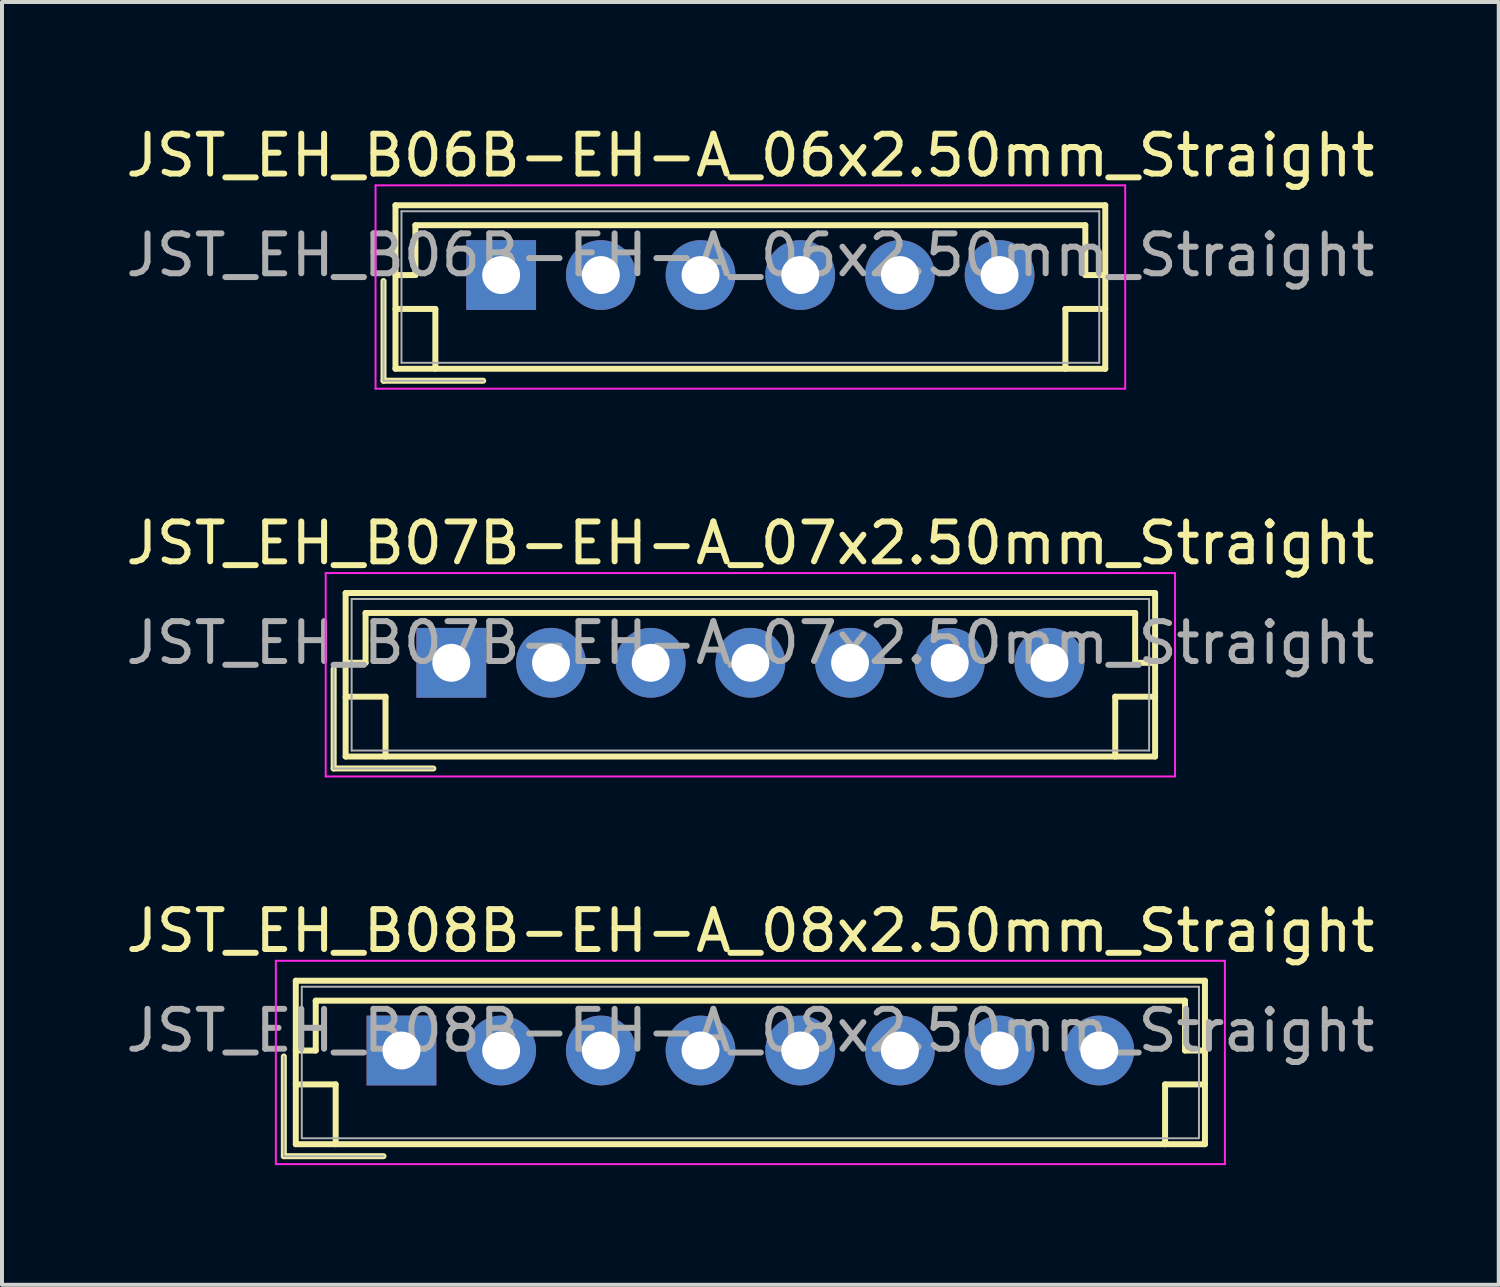
<source format=kicad_pcb>
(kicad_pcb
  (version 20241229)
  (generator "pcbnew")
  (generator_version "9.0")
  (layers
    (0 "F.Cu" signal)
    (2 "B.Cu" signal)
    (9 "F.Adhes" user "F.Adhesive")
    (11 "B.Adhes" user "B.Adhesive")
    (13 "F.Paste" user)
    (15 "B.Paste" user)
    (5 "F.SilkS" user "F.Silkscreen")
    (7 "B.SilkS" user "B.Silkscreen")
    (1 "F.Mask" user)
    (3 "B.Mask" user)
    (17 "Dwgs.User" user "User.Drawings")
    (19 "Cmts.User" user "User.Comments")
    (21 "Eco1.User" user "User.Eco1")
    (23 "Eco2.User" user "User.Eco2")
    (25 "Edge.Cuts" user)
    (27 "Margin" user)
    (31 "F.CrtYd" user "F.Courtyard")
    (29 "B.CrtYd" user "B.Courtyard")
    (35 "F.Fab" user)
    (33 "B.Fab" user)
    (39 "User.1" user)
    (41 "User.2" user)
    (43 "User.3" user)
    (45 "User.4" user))
  (footprint "JST_EH_B07B-EH-A_07x2.50mm_Straight"
    (layer "F.Cu")
    (at 8.268 13.572)
    (property "Reference" "JST_EH_B07B-EH-A_07x2.50mm_Straight" (at 7.5 -0.5 0) (layer "F.Fab") (effects (font (size 1 1) (thickness 0.15))))
    (attr through_hole)
    (fp_line (start -2.95 0.15) (end -2.95 2.65) (stroke (width 0.15) (type solid)) (layer "F.SilkS"))
    (fp_line (start -2.95 2.65) (end -0.45 2.65) (stroke (width 0.15) (type solid)) (layer "F.SilkS"))
    (fp_line (start -2.65 -1.75) (end -2.65 2.35) (stroke (width 0.15) (type solid)) (layer "F.SilkS"))
    (fp_line (start -2.65 0) (end -2.15 0) (stroke (width 0.15) (type solid)) (layer "F.SilkS"))
    (fp_line (start -2.65 0.85) (end -1.65 0.85) (stroke (width 0.15) (type solid)) (layer "F.SilkS"))
    (fp_line (start -2.65 2.35) (end 17.65 2.35) (stroke (width 0.15) (type solid)) (layer "F.SilkS"))
    (fp_line (start -2.15 -1.25) (end 17.15 -1.25) (stroke (width 0.15) (type solid)) (layer "F.SilkS"))
    (fp_line (start -2.15 0) (end -2.15 -1.25) (stroke (width 0.15) (type solid)) (layer "F.SilkS"))
    (fp_line (start -1.65 0.85) (end -1.65 2.35) (stroke (width 0.15) (type solid)) (layer "F.SilkS"))
    (fp_line (start 16.65 0.85) (end 16.65 2.35) (stroke (width 0.15) (type solid)) (layer "F.SilkS"))
    (fp_line (start 17.15 -1.25) (end 17.15 0) (stroke (width 0.15) (type solid)) (layer "F.SilkS"))
    (fp_line (start 17.15 0) (end 17.65 0) (stroke (width 0.15) (type solid)) (layer "F.SilkS"))
    (fp_line (start 17.65 -1.75) (end -2.65 -1.75) (stroke (width 0.15) (type solid)) (layer "F.SilkS"))
    (fp_line (start 17.65 0.85) (end 16.65 0.85) (stroke (width 0.15) (type solid)) (layer "F.SilkS"))
    (fp_line (start 17.65 2.35) (end 17.65 -1.75) (stroke (width 0.15) (type solid)) (layer "F.SilkS"))
    (fp_line (start -3.15 -2.25) (end -3.15 2.85) (stroke (width 0.05) (type solid)) (layer "F.CrtYd"))
    (fp_line (start -3.15 2.85) (end 18.15 2.85) (stroke (width 0.05) (type solid)) (layer "F.CrtYd"))
    (fp_line (start 18.15 -2.25) (end -3.15 -2.25) (stroke (width 0.05) (type solid)) (layer "F.CrtYd"))
    (fp_line (start 18.15 2.85) (end 18.15 -2.25) (stroke (width 0.05) (type solid)) (layer "F.CrtYd"))
    (fp_line (start -2.95 0.15) (end -2.95 2.65) (stroke (width 0.05) (type solid)) (layer "F.Fab"))
    (fp_line (start -2.95 2.65) (end -0.45 2.65) (stroke (width 0.05) (type solid)) (layer "F.Fab"))
    (fp_line (start -2.5 -1.6) (end -2.5 2.2) (stroke (width 0.05) (type solid)) (layer "F.Fab"))
    (fp_line (start -2.5 2.2) (end 17.5 2.2) (stroke (width 0.05) (type solid)) (layer "F.Fab"))
    (fp_line (start 17.5 -1.6) (end -2.5 -1.6) (stroke (width 0.05) (type solid)) (layer "F.Fab"))
    (fp_line (start 17.5 2.2) (end 17.5 -1.6) (stroke (width 0.05) (type solid)) (layer "F.Fab"))
    (fp_text user "${REFERENCE}" (at 7.5 -3 0) (layer "F.SilkS") (effects (font (size 1 1) (thickness 0.15))))
    (pad "1" thru_hole rect (at 0 0) (size 1.75 1.75) (drill 0.95) (layers "*.Cu" "*.Mask"))
    (pad "2" thru_hole circle (at 2.5 0) (size 1.75 1.75) (drill 0.95) (layers "*.Cu" "*.Mask"))
    (pad "3" thru_hole circle (at 5 0) (size 1.75 1.75) (drill 0.95) (layers "*.Cu" "*.Mask"))
    (pad "4" thru_hole circle (at 7.5 0) (size 1.75 1.75) (drill 0.95) (layers "*.Cu" "*.Mask"))
    (pad "5" thru_hole circle (at 10 0) (size 1.75 1.75) (drill 0.95) (layers "*.Cu" "*.Mask"))
    (pad "6" thru_hole circle (at 12.5 0) (size 1.75 1.75) (drill 0.95) (layers "*.Cu" "*.Mask"))
    (pad "7" thru_hole circle (at 15 0) (size 1.75 1.75) (drill 0.95) (layers "*.Cu" "*.Mask")))
  (footprint "JST_EH_B08B-EH-A_08x2.50mm_Straight"
    (layer "F.Cu")
    (at 7.018 23.295)
    (property "Reference" "JST_EH_B08B-EH-A_08x2.50mm_Straight" (at 8.75 -0.5 0) (layer "F.Fab") (effects (font (size 1 1) (thickness 0.15))))
    (attr through_hole)
    (fp_line (start -2.95 0.15) (end -2.95 2.65) (stroke (width 0.15) (type solid)) (layer "F.SilkS"))
    (fp_line (start -2.95 2.65) (end -0.45 2.65) (stroke (width 0.15) (type solid)) (layer "F.SilkS"))
    (fp_line (start -2.65 -1.75) (end -2.65 2.35) (stroke (width 0.15) (type solid)) (layer "F.SilkS"))
    (fp_line (start -2.65 0) (end -2.15 0) (stroke (width 0.15) (type solid)) (layer "F.SilkS"))
    (fp_line (start -2.65 0.85) (end -1.65 0.85) (stroke (width 0.15) (type solid)) (layer "F.SilkS"))
    (fp_line (start -2.65 2.35) (end 20.15 2.35) (stroke (width 0.15) (type solid)) (layer "F.SilkS"))
    (fp_line (start -2.15 -1.25) (end 19.65 -1.25) (stroke (width 0.15) (type solid)) (layer "F.SilkS"))
    (fp_line (start -2.15 0) (end -2.15 -1.25) (stroke (width 0.15) (type solid)) (layer "F.SilkS"))
    (fp_line (start -1.65 0.85) (end -1.65 2.35) (stroke (width 0.15) (type solid)) (layer "F.SilkS"))
    (fp_line (start 19.15 0.85) (end 19.15 2.35) (stroke (width 0.15) (type solid)) (layer "F.SilkS"))
    (fp_line (start 19.65 -1.25) (end 19.65 0) (stroke (width 0.15) (type solid)) (layer "F.SilkS"))
    (fp_line (start 19.65 0) (end 20.15 0) (stroke (width 0.15) (type solid)) (layer "F.SilkS"))
    (fp_line (start 20.15 -1.75) (end -2.65 -1.75) (stroke (width 0.15) (type solid)) (layer "F.SilkS"))
    (fp_line (start 20.15 0.85) (end 19.15 0.85) (stroke (width 0.15) (type solid)) (layer "F.SilkS"))
    (fp_line (start 20.15 2.35) (end 20.15 -1.75) (stroke (width 0.15) (type solid)) (layer "F.SilkS"))
    (fp_line (start -3.15 -2.25) (end -3.15 2.85) (stroke (width 0.05) (type solid)) (layer "F.CrtYd"))
    (fp_line (start -3.15 2.85) (end 20.65 2.85) (stroke (width 0.05) (type solid)) (layer "F.CrtYd"))
    (fp_line (start 20.65 -2.25) (end -3.15 -2.25) (stroke (width 0.05) (type solid)) (layer "F.CrtYd"))
    (fp_line (start 20.65 2.85) (end 20.65 -2.25) (stroke (width 0.05) (type solid)) (layer "F.CrtYd"))
    (fp_line (start -2.95 0.15) (end -2.95 2.65) (stroke (width 0.05) (type solid)) (layer "F.Fab"))
    (fp_line (start -2.95 2.65) (end -0.45 2.65) (stroke (width 0.05) (type solid)) (layer "F.Fab"))
    (fp_line (start -2.5 -1.6) (end -2.5 2.2) (stroke (width 0.05) (type solid)) (layer "F.Fab"))
    (fp_line (start -2.5 2.2) (end 20 2.2) (stroke (width 0.05) (type solid)) (layer "F.Fab"))
    (fp_line (start 20 -1.6) (end -2.5 -1.6) (stroke (width 0.05) (type solid)) (layer "F.Fab"))
    (fp_line (start 20 2.2) (end 20 -1.6) (stroke (width 0.05) (type solid)) (layer "F.Fab"))
    (fp_text user "${REFERENCE}" (at 8.75 -3 0) (layer "F.SilkS") (effects (font (size 1 1) (thickness 0.15))))
    (pad "1" thru_hole rect (at 0 0) (size 1.75 1.75) (drill 0.95) (layers "*.Cu" "*.Mask"))
    (pad "2" thru_hole circle (at 2.5 0) (size 1.75 1.75) (drill 0.95) (layers "*.Cu" "*.Mask"))
    (pad "3" thru_hole circle (at 5 0) (size 1.75 1.75) (drill 0.95) (layers "*.Cu" "*.Mask"))
    (pad "4" thru_hole circle (at 7.5 0) (size 1.75 1.75) (drill 0.95) (layers "*.Cu" "*.Mask"))
    (pad "5" thru_hole circle (at 10 0) (size 1.75 1.75) (drill 0.95) (layers "*.Cu" "*.Mask"))
    (pad "6" thru_hole circle (at 12.5 0) (size 1.75 1.75) (drill 0.95) (layers "*.Cu" "*.Mask"))
    (pad "7" thru_hole circle (at 15 0) (size 1.75 1.75) (drill 0.95) (layers "*.Cu" "*.Mask"))
    (pad "8" thru_hole circle (at 17.5 0) (size 1.75 1.75) (drill 0.95) (layers "*.Cu" "*.Mask")))
  (footprint "JST_EH_B06B-EH-A_06x2.50mm_Straight"
    (layer "F.Cu")
    (at 9.518 3.848)
    (property "Reference" "JST_EH_B06B-EH-A_06x2.50mm_Straight" (at 6.25 -0.5 0) (layer "F.Fab") (effects (font (size 1 1) (thickness 0.15))))
    (attr through_hole)
    (fp_line (start -2.95 0.15) (end -2.95 2.65) (stroke (width 0.15) (type solid)) (layer "F.SilkS"))
    (fp_line (start -2.95 2.65) (end -0.45 2.65) (stroke (width 0.15) (type solid)) (layer "F.SilkS"))
    (fp_line (start -2.65 -1.75) (end -2.65 2.35) (stroke (width 0.15) (type solid)) (layer "F.SilkS"))
    (fp_line (start -2.65 0) (end -2.15 0) (stroke (width 0.15) (type solid)) (layer "F.SilkS"))
    (fp_line (start -2.65 0.85) (end -1.65 0.85) (stroke (width 0.15) (type solid)) (layer "F.SilkS"))
    (fp_line (start -2.65 2.35) (end 15.15 2.35) (stroke (width 0.15) (type solid)) (layer "F.SilkS"))
    (fp_line (start -2.15 -1.25) (end 14.65 -1.25) (stroke (width 0.15) (type solid)) (layer "F.SilkS"))
    (fp_line (start -2.15 0) (end -2.15 -1.25) (stroke (width 0.15) (type solid)) (layer "F.SilkS"))
    (fp_line (start -1.65 0.85) (end -1.65 2.35) (stroke (width 0.15) (type solid)) (layer "F.SilkS"))
    (fp_line (start 14.15 0.85) (end 14.15 2.35) (stroke (width 0.15) (type solid)) (layer "F.SilkS"))
    (fp_line (start 14.65 -1.25) (end 14.65 0) (stroke (width 0.15) (type solid)) (layer "F.SilkS"))
    (fp_line (start 14.65 0) (end 15.15 0) (stroke (width 0.15) (type solid)) (layer "F.SilkS"))
    (fp_line (start 15.15 -1.75) (end -2.65 -1.75) (stroke (width 0.15) (type solid)) (layer "F.SilkS"))
    (fp_line (start 15.15 0.85) (end 14.15 0.85) (stroke (width 0.15) (type solid)) (layer "F.SilkS"))
    (fp_line (start 15.15 2.35) (end 15.15 -1.75) (stroke (width 0.15) (type solid)) (layer "F.SilkS"))
    (fp_line (start -3.15 -2.25) (end -3.15 2.85) (stroke (width 0.05) (type solid)) (layer "F.CrtYd"))
    (fp_line (start -3.15 2.85) (end 15.65 2.85) (stroke (width 0.05) (type solid)) (layer "F.CrtYd"))
    (fp_line (start 15.65 -2.25) (end -3.15 -2.25) (stroke (width 0.05) (type solid)) (layer "F.CrtYd"))
    (fp_line (start 15.65 2.85) (end 15.65 -2.25) (stroke (width 0.05) (type solid)) (layer "F.CrtYd"))
    (fp_line (start -2.95 0.15) (end -2.95 2.65) (stroke (width 0.05) (type solid)) (layer "F.Fab"))
    (fp_line (start -2.95 2.65) (end -0.45 2.65) (stroke (width 0.05) (type solid)) (layer "F.Fab"))
    (fp_line (start -2.5 -1.6) (end -2.5 2.2) (stroke (width 0.05) (type solid)) (layer "F.Fab"))
    (fp_line (start -2.5 2.2) (end 15 2.2) (stroke (width 0.05) (type solid)) (layer "F.Fab"))
    (fp_line (start 15 -1.6) (end -2.5 -1.6) (stroke (width 0.05) (type solid)) (layer "F.Fab"))
    (fp_line (start 15 2.2) (end 15 -1.6) (stroke (width 0.05) (type solid)) (layer "F.Fab"))
    (fp_text user "${REFERENCE}" (at 6.25 -3 0) (layer "F.SilkS") (effects (font (size 1 1) (thickness 0.15))))
    (pad "1" thru_hole rect (at 0 0) (size 1.75 1.75) (drill 0.95) (layers "*.Cu" "*.Mask"))
    (pad "2" thru_hole circle (at 2.5 0) (size 1.75 1.75) (drill 0.95) (layers "*.Cu" "*.Mask"))
    (pad "3" thru_hole circle (at 5 0) (size 1.75 1.75) (drill 0.95) (layers "*.Cu" "*.Mask"))
    (pad "4" thru_hole circle (at 7.5 0) (size 1.75 1.75) (drill 0.95) (layers "*.Cu" "*.Mask"))
    (pad "5" thru_hole circle (at 10 0) (size 1.75 1.75) (drill 0.95) (layers "*.Cu" "*.Mask"))
    (pad "6" thru_hole circle (at 12.5 0) (size 1.75 1.75) (drill 0.95) (layers "*.Cu" "*.Mask")))
  (gr_rect
    (start -3 -3)
    (end 34.536 29.17)
    (stroke (width 0.1) (type default))
    (fill no)
    (layer "Edge.Cuts")))
</source>
